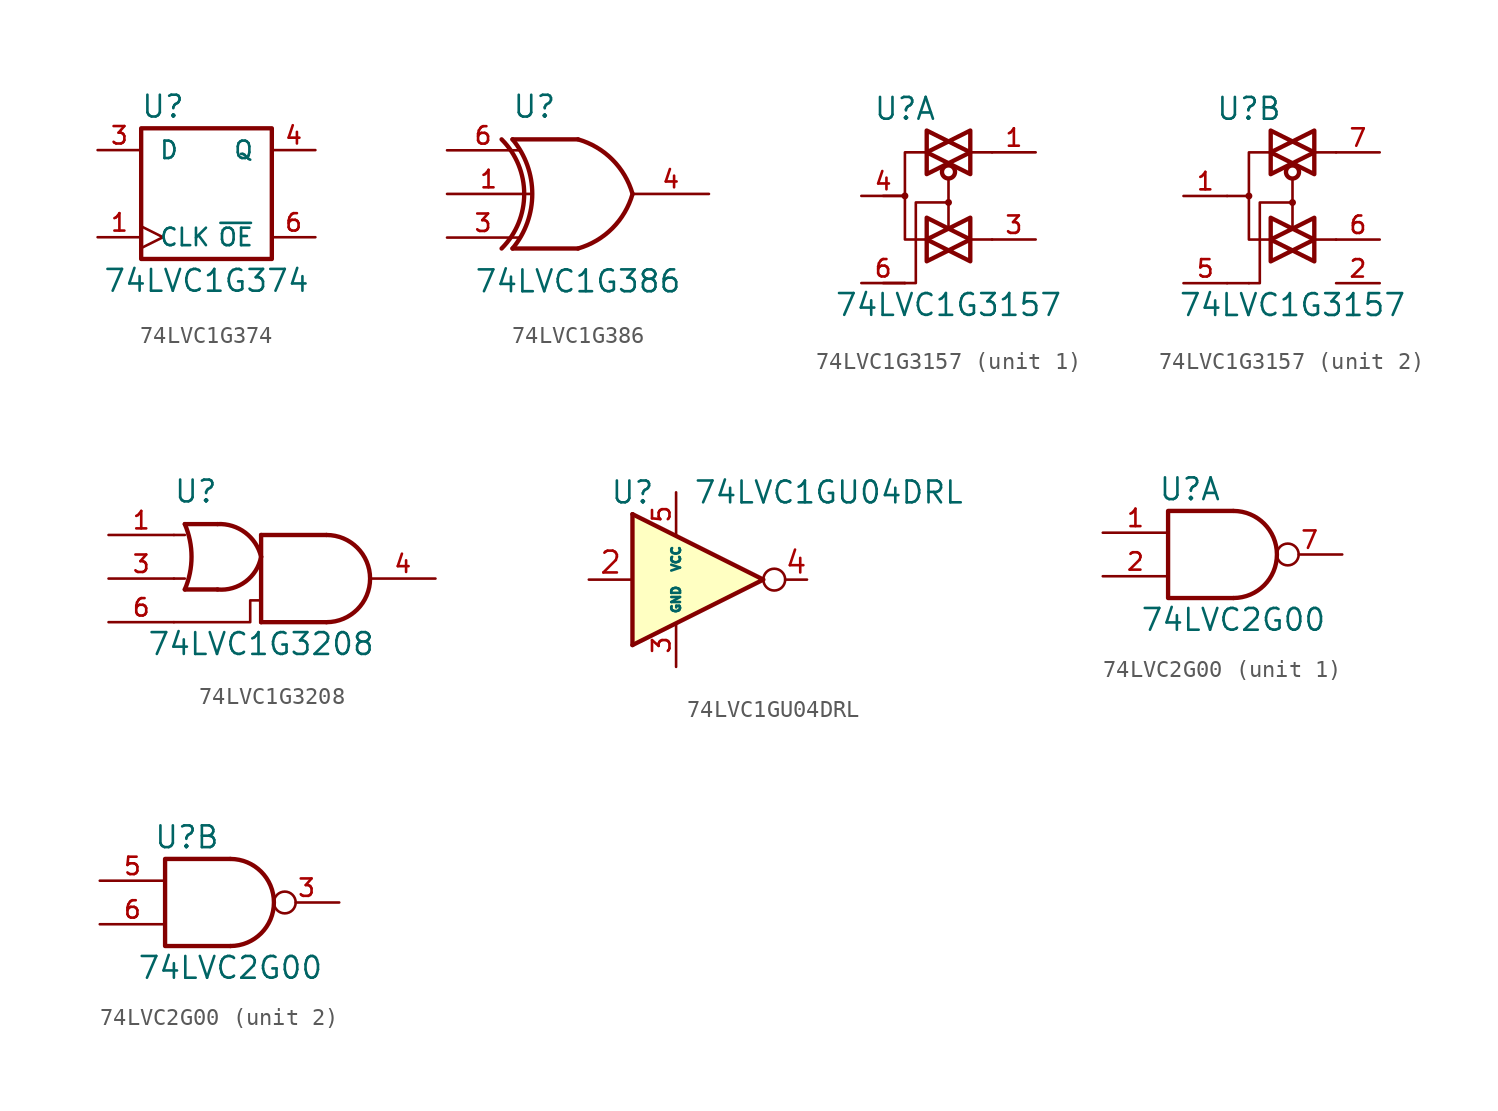
<source format=kicad_sym>
(kicad_symbol_lib
  (version 20200908)
  (generator kicad_symbol_editor)
  (symbol "74xGxx:74LVC1G374"
    (pin_names
      (offset 1.016))
    (property "Reference" "U"
      (at -2.54 5.08 0)
      (effects (font (size 1.27 1.27))))
    (property "Value" "74LVC1G374"
      (at 0 -5.08 0)
      (effects (font (size 1.27 1.27))))
    (symbol "74LVC1G374_0_1"
      (rectangle (start -3.81 3.81) (end 3.81 -3.81) (stroke (width 0.254)) (fill (type none))))
    (symbol "74LVC1G374_1_1"
      (pin input clock (at -6.35 -2.54 0) (length 2.54) (name "CLK" (effects (font (size 1.016 1.016)))) (number "1" (effects (font (size 1.016 1.016)))))
      (pin power_in line (at 0 -3.81 270) (length 0) hide (name "GND" (effects (font (size 1.016 1.016)))) (number "2" (effects (font (size 1.016 1.016)))))
      (pin input line (at -6.35 2.54 0) (length 2.54) (name "D" (effects (font (size 1.016 1.016)))) (number "3" (effects (font (size 1.016 1.016)))))
      (pin tri_state line (at 6.35 2.54 180) (length 2.54) (name "Q" (effects (font (size 1.016 1.016)))) (number "4" (effects (font (size 1.016 1.016)))))
      (pin power_in line (at 0 3.81 90) (length 0) hide (name "VCC" (effects (font (size 1.016 1.016)))) (number "5" (effects (font (size 1.016 1.016)))))
      (pin input line (at 6.35 -2.54 180) (length 2.54) (name "~OE" (effects (font (size 1.016 1.016)))) (number "6" (effects (font (size 1.016 1.016)))))))
  (symbol "74xGxx:74LVC1G386"
    (pin_names
      (offset 1.016))
    (property "Reference" "U"
      (at -2.54 5.08 0)
      (effects (font (size 1.27 1.27))))
    (property "Value" "74LVC1G386"
      (at 0 -5.08 0)
      (effects (font (size 1.27 1.27))))
    (symbol "74LVC1G386_0_1"
      (arc (start -3.81 3.175) (end -3.81 -3.175) (radius (at -7.62 0) (length 4.953) (angles 39.8 -39.8)) (stroke (width 0.254)) (fill (type none)))
      (arc (start -4.445 3.175) (end -4.445 -3.175) (radius (at -7.62 0) (length 4.4958) (angles 45 -45)) (stroke (width 0.254)) (fill (type none)))
      (arc (start 0 3.175) (end 3.175 0) (radius (at -1.27 -1.27) (length 4.6228) (angles 74 15.9)) (stroke (width 0.254)) (fill (type none)))
      (arc (start 0 -3.175) (end 3.175 0) (radius (at -1.27 1.27) (length 4.6228) (angles -74 -15.9)) (stroke (width 0.254)) (fill (type none)))
      (polyline (pts (xy 0 -3.175) (xy -3.81 -3.175)) (stroke (width 0.254)) (fill (type none)))
      (polyline (pts (xy 0 3.175) (xy -3.81 3.175)) (stroke (width 0.254)) (fill (type none))))
    (symbol "74LVC1G386_1_1"
      (pin input line (at -7.62 0 0) (length 4.826) (name "~" (effects (font (size 1.016 1.016)))) (number "1" (effects (font (size 1.016 1.016)))))
      (pin power_in line (at 0 -3.175 270) (length 0) hide (name "GND" (effects (font (size 1.016 1.016)))) (number "2" (effects (font (size 1.016 1.016)))))
      (pin input line (at -7.62 -2.54 0) (length 4.191) (name "~" (effects (font (size 1.016 1.016)))) (number "3" (effects (font (size 1.016 1.016)))))
      (pin output line (at 7.62 0 180) (length 4.445) (name "~" (effects (font (size 1.016 1.016)))) (number "4" (effects (font (size 1.016 1.016)))))
      (pin power_in line (at 0 3.175 90) (length 0) hide (name "VCC" (effects (font (size 1.016 1.016)))) (number "5" (effects (font (size 1.016 1.016)))))
      (pin input line (at -7.62 2.54 0) (length 4.191) (name "~" (effects (font (size 1.016 1.016)))) (number "6" (effects (font (size 1.016 1.016)))))))
  (symbol "74xGxx:74LVC1G3157"
    (pin_names
      (offset 1.016))
    (property "Reference" "U"
      (at -2.54 5.08 0)
      (effects (font (size 1.27 1.27))))
    (property "Value" "74LVC1G3157"
      (at 0 -6.35 0)
      (effects (font (size 1.27 1.27))))
    (symbol "74LVC1G3157_0_1"
      (circle (center -2.54 0) (radius 0.127) (stroke (width 0)) (fill (type none)))
      (circle (center 0 -0.381) (radius 0.127) (stroke (width 0)) (fill (type none)))
      (circle (center 0 1.397) (radius 0.381) (stroke (width 0.254)) (fill (type none)))
      (polyline (pts (xy -3.81 -5.08) (xy -2.54 -5.08)) (stroke (width 0)) (fill (type none)))
      (polyline (pts (xy -3.81 0) (xy -2.54 0)) (stroke (width 0)) (fill (type none)))
      (polyline (pts (xy 2.54 -2.54) (xy 1.27 -2.54)) (stroke (width 0)) (fill (type none)))
      (polyline (pts (xy 2.54 2.54) (xy 1.27 2.54)) (stroke (width 0)) (fill (type none)))
      (polyline (pts (xy 0 1.016) (xy 0 0) (xy 0 -1.905)) (stroke (width 0)) (fill (type none)))
      (polyline (pts (xy -1.27 -2.54) (xy 0 -3.175) (xy -1.27 -3.81) (xy -1.27 -2.54)) (stroke (width 0.254)) (fill (type none)))
      (polyline (pts (xy -1.27 -1.27) (xy -1.27 -2.54) (xy 0 -1.905) (xy -1.27 -1.27)) (stroke (width 0.254)) (fill (type none)))
      (polyline (pts (xy -1.27 2.54) (xy 0 1.905) (xy -1.27 1.27) (xy -1.27 2.54)) (stroke (width 0.254)) (fill (type none)))
      (polyline (pts (xy -1.27 3.81) (xy 0 3.175) (xy -1.27 2.54) (xy -1.27 3.81)) (stroke (width 0.254)) (fill (type none)))
      (polyline (pts (xy 0 -0.381) (xy -1.905 -0.381) (xy -1.905 -5.08) (xy -2.54 -5.08)) (stroke (width 0)) (fill (type none)))
      (polyline (pts (xy 1.27 -2.54) (xy 0 -3.175) (xy 1.27 -3.81) (xy 1.27 -2.54)) (stroke (width 0.254)) (fill (type none)))
      (polyline (pts (xy 1.27 -1.27) (xy 1.27 -2.54) (xy 0 -1.905) (xy 1.27 -1.27)) (stroke (width 0.254)) (fill (type none)))
      (polyline (pts (xy 1.27 2.54) (xy 1.27 1.27) (xy 0 1.905) (xy 1.27 2.54)) (stroke (width 0.254)) (fill (type none)))
      (polyline (pts (xy 1.27 2.54) (xy 1.27 3.81) (xy 0 3.175) (xy 1.27 2.54)) (stroke (width 0.254)) (fill (type none)))
      (polyline (pts (xy -1.27 2.54) (xy -2.54 2.54) (xy -2.54 0) (xy -2.54 -2.54) (xy -1.27 -2.54)) (stroke (width 0)) (fill (type none)))
      (pin power_in line (at 0 -5.08 270) (length 0) hide (name "GND" (effects (font (size 1.016 1.016)))) (number "2" (effects (font (size 1.016 1.016)))))
      (pin power_in line (at 0 5.08 90) (length 0) hide (name "VCC" (effects (font (size 1.016 1.016)))) (number "5" (effects (font (size 1.016 1.016))))))
    (symbol "74LVC1G3157_1_1"
      (pin bidirectional line (at 5.08 2.54 180) (length 2.54) (name "~" (effects (font (size 1.016 1.016)))) (number "1" (effects (font (size 1.016 1.016)))))
      (pin bidirectional line (at 5.08 -2.54 180) (length 2.54) (name "~" (effects (font (size 1.016 1.016)))) (number "3" (effects (font (size 1.016 1.016)))))
      (pin bidirectional line (at -5.08 0 0) (length 2.54) (name "~" (effects (font (size 1.016 1.016)))) (number "4" (effects (font (size 1.016 1.016)))))
      (pin input line (at -5.08 -5.08 0) (length 2.54) (name "~" (effects (font (size 1.016 1.016)))) (number "6" (effects (font (size 1.016 1.016))))))
    (symbol "74LVC1G3157_2_1"
      (pin bidirectional line (at -6.35 0 0) (length 2.54) (name "~" (effects (font (size 1.016 1.016)))) (number "1" (effects (font (size 1.016 1.016)))))
      (pin input line (at 5.08 -5.08 180) (length 2.54) (name "~" (effects (font (size 1.016 1.016)))) (number "2" (effects (font (size 1.016 1.016)))))
      (pin input line (at -6.35 -5.08 0) (length 2.54) (name "~" (effects (font (size 1.016 1.016)))) (number "5" (effects (font (size 1.016 1.016)))))
      (pin bidirectional line (at 5.08 -2.54 180) (length 2.54) (name "~" (effects (font (size 1.016 1.016)))) (number "6" (effects (font (size 1.016 1.016)))))
      (pin bidirectional line (at 5.08 2.54 180) (length 2.54) (name "~" (effects (font (size 1.016 1.016)))) (number "7" (effects (font (size 1.016 1.016)))))))
  (symbol "74xGxx:74LVC1G3208"
    (pin_names
      (offset 1.016))
    (property "Reference" "U"
      (at -3.81 5.08 0)
      (effects (font (size 1.27 1.27))))
    (property "Value" "74LVC1G3208"
      (at 0 -3.81 0)
      (effects (font (size 1.27 1.27))))
    (symbol "74LVC1G3208_0_1"
      (arc (start -4.445 -0.635) (end -4.445 3.175) (radius (at -8.89 1.27) (length 4.826) (angles -23.1 23.1)) (stroke (width 0.254)) (fill (type none)))
      (arc (start -2.54 3.175) (end 0 1.27) (radius (at -2.413 0.7112) (length 2.4638) (angles 92.9 13)) (stroke (width 0.254)) (fill (type none)))
      (arc (start -2.54 -0.635) (end 0 1.27) (radius (at -2.3368 1.7272) (length 2.3622) (angles -94.9 -11)) (stroke (width 0.254)) (fill (type none)))
      (arc (start 3.81 -2.54) (end 3.81 2.54) (radius (at 3.81 0) (length 2.54) (angles -89.9 89.9)) (stroke (width 0.254)) (fill (type none)))
      (polyline (pts (xy -5.08 0) (xy -4.445 0)) (stroke (width 0)) (fill (type none)))
      (polyline (pts (xy -5.08 2.54) (xy -4.445 2.54)) (stroke (width 0)) (fill (type none)))
      (polyline (pts (xy -2.54 -0.635) (xy -4.445 -0.635)) (stroke (width 0.254)) (fill (type none)))
      (polyline (pts (xy -2.54 3.175) (xy -4.445 3.175)) (stroke (width 0.254)) (fill (type none)))
      (polyline (pts (xy 0 2.54) (xy 0 -2.54)) (stroke (width 0.254)) (fill (type none)))
      (polyline (pts (xy 3.81 -2.54) (xy 0 -2.54)) (stroke (width 0.254)) (fill (type background)))
      (polyline (pts (xy 3.81 2.54) (xy 0 2.54)) (stroke (width 0.254)) (fill (type background)))
      (polyline (pts (xy 0 -1.27) (xy -0.635 -1.27) (xy -0.635 -1.905) (xy -0.635 -2.54) (xy -5.08 -2.54)) (stroke (width 0)) (fill (type none))))
    (symbol "74LVC1G3208_1_1"
      (pin input line (at -8.89 2.54 0) (length 3.81) (name "~" (effects (font (size 1.016 1.016)))) (number "1" (effects (font (size 1.016 1.016)))))
      (pin power_in line (at 3.81 -2.54 270) (length 0) hide (name "GND" (effects (font (size 1.016 1.016)))) (number "2" (effects (font (size 1.016 1.016)))))
      (pin input line (at -8.89 0 0) (length 3.81) (name "~" (effects (font (size 1.016 1.016)))) (number "3" (effects (font (size 1.016 1.016)))))
      (pin output line (at 10.16 0 180) (length 3.81) (name "~" (effects (font (size 1.016 1.016)))) (number "4" (effects (font (size 1.016 1.016)))))
      (pin power_in line (at 3.81 2.54 90) (length 0) hide (name "VCC" (effects (font (size 1.016 1.016)))) (number "5" (effects (font (size 1.016 1.016)))))
      (pin input line (at -8.89 -2.54 0) (length 3.81) (name "~" (effects (font (size 1.016 1.016)))) (number "6" (effects (font (size 1.016 1.016)))))))
  (symbol "74xGxx:74LVC1GU04DRL"
    (property "Reference" "U"
      (at -2.54 5.08 0)
      (effects (font (size 1.27 1.27))))
    (property "Value" "74LVC1GU04DRL"
      (at 8.89 5.08 0)
      (effects (font (size 1.27 1.27))))
    (symbol "74LVC1GU04DRL_0_1"
      (circle (center 5.715 0) (radius 0.635) (stroke (width 0)) (fill (type none)))
      (rectangle (start -2.54 3.81) (end -2.54 -3.81) (stroke (width 0.254)) (fill (type background)))
      (polyline (pts (xy -2.54 -3.81) (xy 5.08 0) (xy -2.54 3.81)) (stroke (width 0.254)) (fill (type background))))
    (symbol "74LVC1GU04DRL_1_1"
      (pin unconnected line (at 5.08 0 180) (length 2.54) hide (name "NC" (effects (font (size 1.27 1.27)))) (number "1" (effects (font (size 1.27 1.27)))))
      (pin input line (at -5.08 0 0) (length 2.54) (name "~" (effects (font (size 1.27 1.27)))) (number "2" (effects (font (size 1.27 1.27)))))
      (pin power_in line (at 0 -5.08 90) (length 2.54) (name "GND" (effects (font (size 0.508 0.508)))) (number "3" (effects (font (size 1.016 1.016)))))
      (pin output line (at 7.62 0 180) (length 1.27) (name "~" (effects (font (size 1.27 1.27)))) (number "4" (effects (font (size 1.27 1.27)))))
      (pin power_in line (at 0 5.08 270) (length 2.54) (name "VCC" (effects (font (size 0.508 0.508)))) (number "5" (effects (font (size 1.016 1.016)))))))
  (symbol "74xGxx:74LVC2G00"
    (pin_names
      (offset 1.016))
    (property "Reference" "U"
      (at -2.54 3.81 0)
      (effects (font (size 1.27 1.27))))
    (property "Value" "74LVC2G00"
      (at 0 -3.81 0)
      (effects (font (size 1.27 1.27))))
    (symbol "74LVC2G00_0_1"
      (arc (start 0 -2.54) (end 0 2.54) (radius (at 0 0) (length 2.54) (angles -89.9 89.9)) (stroke (width 0.254)) (fill (type none)))
      (polyline (pts (xy 0 -2.54) (xy -3.81 -2.54) (xy -3.81 2.54) (xy 0 2.54)) (stroke (width 0.254)) (fill (type none)))
      (pin power_in line (at 0 -2.54 270) (length 0) hide (name "GND" (effects (font (size 1.016 1.016)))) (number "4" (effects (font (size 1.016 1.016)))))
      (pin power_in line (at 0 2.54 90) (length 0) hide (name "VCC" (effects (font (size 1.016 1.016)))) (number "8" (effects (font (size 1.016 1.016))))))
    (symbol "74LVC2G00_1_1"
      (pin input line (at -7.62 1.27 0) (length 3.81) (name "~" (effects (font (size 1.016 1.016)))) (number "1" (effects (font (size 1.016 1.016)))))
      (pin input line (at -7.62 -1.27 0) (length 3.81) (name "~" (effects (font (size 1.016 1.016)))) (number "2" (effects (font (size 1.016 1.016)))))
      (pin output inverted (at 6.35 0 180) (length 3.81) (name "~" (effects (font (size 1.016 1.016)))) (number "7" (effects (font (size 1.016 1.016))))))
    (symbol "74LVC2G00_2_1"
      (pin output inverted (at 6.35 0 180) (length 3.81) (name "~" (effects (font (size 1.016 1.016)))) (number "3" (effects (font (size 1.016 1.016)))))
      (pin input line (at -7.62 1.27 0) (length 3.81) (name "~" (effects (font (size 1.016 1.016)))) (number "5" (effects (font (size 1.016 1.016)))))
      (pin input line (at -7.62 -1.27 0) (length 3.81) (name "~" (effects (font (size 1.016 1.016)))) (number "6" (effects (font (size 1.016 1.016))))))))
</source>
